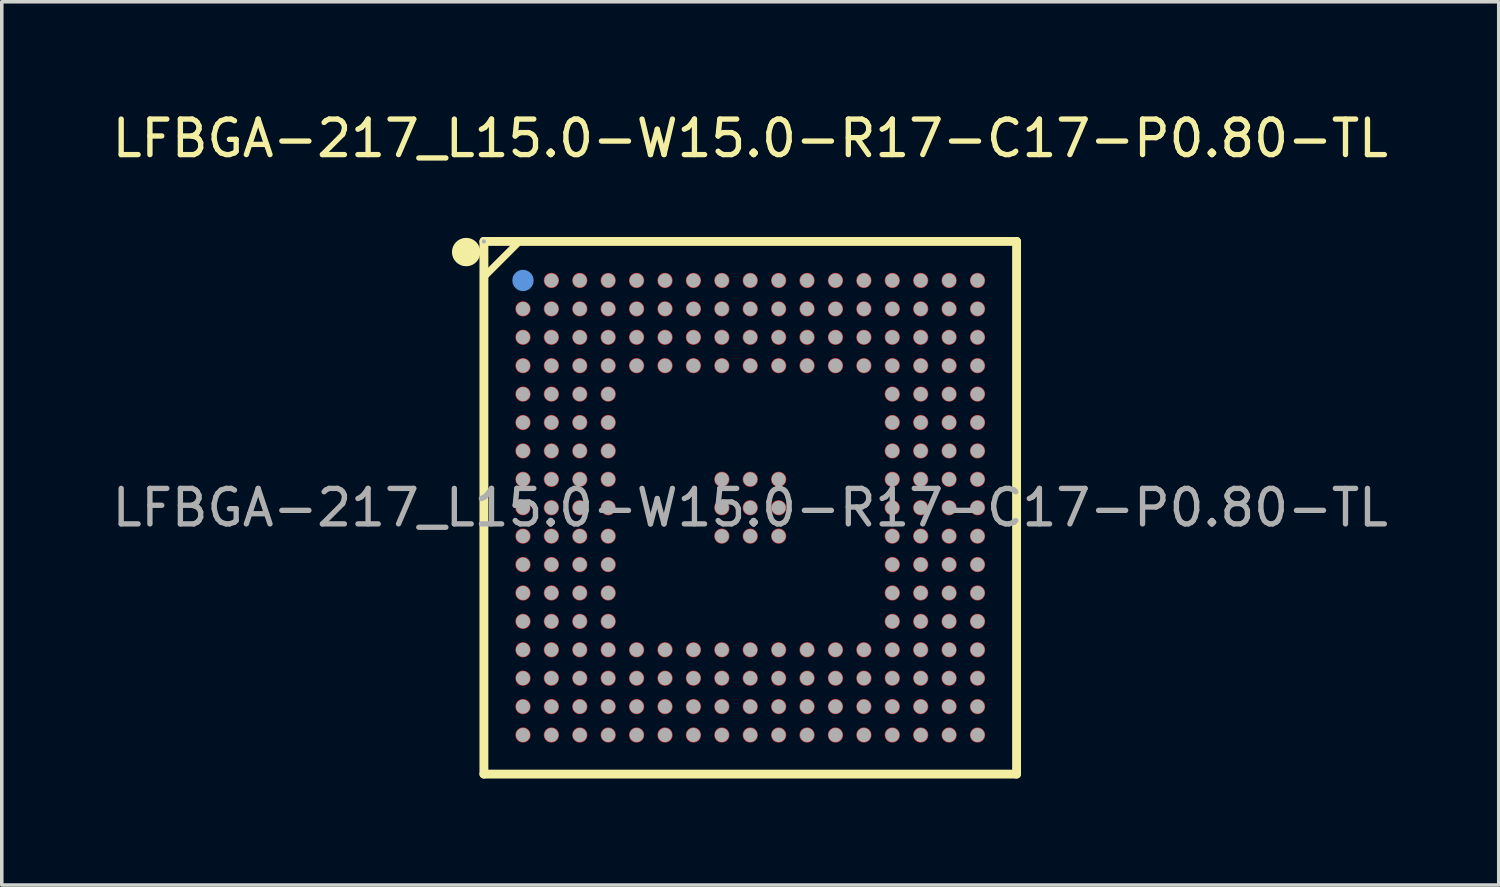
<source format=kicad_pcb>
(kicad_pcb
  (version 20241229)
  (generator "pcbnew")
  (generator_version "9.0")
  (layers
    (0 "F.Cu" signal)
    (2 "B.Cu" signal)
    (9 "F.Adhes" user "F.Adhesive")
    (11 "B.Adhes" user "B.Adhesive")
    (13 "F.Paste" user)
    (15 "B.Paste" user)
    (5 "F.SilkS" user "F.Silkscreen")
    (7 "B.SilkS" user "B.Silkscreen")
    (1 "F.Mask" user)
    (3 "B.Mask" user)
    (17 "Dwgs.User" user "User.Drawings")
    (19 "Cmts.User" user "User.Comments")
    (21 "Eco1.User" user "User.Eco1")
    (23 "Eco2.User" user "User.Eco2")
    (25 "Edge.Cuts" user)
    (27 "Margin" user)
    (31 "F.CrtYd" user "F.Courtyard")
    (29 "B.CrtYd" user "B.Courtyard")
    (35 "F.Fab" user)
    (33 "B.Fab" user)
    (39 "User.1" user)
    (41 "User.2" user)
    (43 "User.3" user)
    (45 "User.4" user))
  (footprint "LFBGA-217_L15.0-W15.0-R17-C17-P0.80-TL"
    (layer "F.Cu")
    (at 18.077 11.248)
    (property "Reference" "LFBGA-217_L15.0-W15.0-R17-C17-P0.80-TL" (at 0 -10.4 0) (layer "F.SilkS") (effects (font (size 1 1) (thickness 0.15))))
    (attr through_hole)
    (fp_line (start -7.5 -7.5) (end 7.5 -7.5) (stroke (width 0.25) (type solid)) (layer "F.SilkS"))
    (fp_line (start -7.5 -6.5) (end -6.5 -7.5) (stroke (width 0.2) (type solid)) (layer "F.SilkS"))
    (fp_line (start -7.5 7.5) (end -7.5 -7.5) (stroke (width 0.25) (type solid)) (layer "F.SilkS"))
    (fp_line (start 7.5 -7.5) (end 7.5 7.5) (stroke (width 0.25) (type solid)) (layer "F.SilkS"))
    (fp_line (start 7.5 7.5) (end -7.5 7.5) (stroke (width 0.25) (type solid)) (layer "F.SilkS"))
    (fp_arc (start -8 -7.2) (mid -8 -7.2) (end -8 -7.2) (stroke (width 0.4) (type solid)) (layer "F.SilkS"))
    (fp_circle (center -6.4 -6.4) (end -6.25 -6.4) (stroke (width 0.3) (type solid)) (fill no) (layer "Cmts.User"))
    (fp_circle (center -7.5 -7.5) (end -7.47 -7.5) (stroke (width 0.06) (type solid)) (fill no) (layer "F.Fab"))
    (fp_circle (center -6.4 -6.4) (end -6.3 -6.4) (stroke (width 0.2) (type solid)) (fill no) (layer "F.Fab"))
    (fp_circle (center -6.4 -5.6) (end -6.3 -5.6) (stroke (width 0.2) (type solid)) (fill no) (layer "F.Fab"))
    (fp_circle (center -6.4 -4.8) (end -6.3 -4.8) (stroke (width 0.2) (type solid)) (fill no) (layer "F.Fab"))
    (fp_circle (center -6.4 -4) (end -6.3 -4) (stroke (width 0.2) (type solid)) (fill no) (layer "F.Fab"))
    (fp_circle (center -6.4 -3.2) (end -6.3 -3.2) (stroke (width 0.2) (type solid)) (fill no) (layer "F.Fab"))
    (fp_circle (center -6.4 -2.4) (end -6.3 -2.4) (stroke (width 0.2) (type solid)) (fill no) (layer "F.Fab"))
    (fp_circle (center -6.4 -1.6) (end -6.3 -1.6) (stroke (width 0.2) (type solid)) (fill no) (layer "F.Fab"))
    (fp_circle (center -6.4 -0.8) (end -6.3 -0.8) (stroke (width 0.2) (type solid)) (fill no) (layer "F.Fab"))
    (fp_circle (center -6.4 0) (end -6.3 0) (stroke (width 0.2) (type solid)) (fill no) (layer "F.Fab"))
    (fp_circle (center -6.4 0.8) (end -6.3 0.8) (stroke (width 0.2) (type solid)) (fill no) (layer "F.Fab"))
    (fp_circle (center -6.4 1.6) (end -6.3 1.6) (stroke (width 0.2) (type solid)) (fill no) (layer "F.Fab"))
    (fp_circle (center -6.4 2.4) (end -6.3 2.4) (stroke (width 0.2) (type solid)) (fill no) (layer "F.Fab"))
    (fp_circle (center -6.4 3.2) (end -6.3 3.2) (stroke (width 0.2) (type solid)) (fill no) (layer "F.Fab"))
    (fp_circle (center -6.4 4) (end -6.3 4) (stroke (width 0.2) (type solid)) (fill no) (layer "F.Fab"))
    (fp_circle (center -6.4 4.8) (end -6.3 4.8) (stroke (width 0.2) (type solid)) (fill no) (layer "F.Fab"))
    (fp_circle (center -6.4 5.6) (end -6.3 5.6) (stroke (width 0.2) (type solid)) (fill no) (layer "F.Fab"))
    (fp_circle (center -6.4 6.4) (end -6.3 6.4) (stroke (width 0.2) (type solid)) (fill no) (layer "F.Fab"))
    (fp_circle (center -5.6 -6.4) (end -5.5 -6.4) (stroke (width 0.2) (type solid)) (fill no) (layer "F.Fab"))
    (fp_circle (center -5.6 -5.6) (end -5.5 -5.6) (stroke (width 0.2) (type solid)) (fill no) (layer "F.Fab"))
    (fp_circle (center -5.6 -4.8) (end -5.5 -4.8) (stroke (width 0.2) (type solid)) (fill no) (layer "F.Fab"))
    (fp_circle (center -5.6 -4) (end -5.5 -4) (stroke (width 0.2) (type solid)) (fill no) (layer "F.Fab"))
    (fp_circle (center -5.6 -3.2) (end -5.5 -3.2) (stroke (width 0.2) (type solid)) (fill no) (layer "F.Fab"))
    (fp_circle (center -5.6 -2.4) (end -5.5 -2.4) (stroke (width 0.2) (type solid)) (fill no) (layer "F.Fab"))
    (fp_circle (center -5.6 -1.6) (end -5.5 -1.6) (stroke (width 0.2) (type solid)) (fill no) (layer "F.Fab"))
    (fp_circle (center -5.6 -0.8) (end -5.5 -0.8) (stroke (width 0.2) (type solid)) (fill no) (layer "F.Fab"))
    (fp_circle (center -5.6 0) (end -5.5 0) (stroke (width 0.2) (type solid)) (fill no) (layer "F.Fab"))
    (fp_circle (center -5.6 0.8) (end -5.5 0.8) (stroke (width 0.2) (type solid)) (fill no) (layer "F.Fab"))
    (fp_circle (center -5.6 1.6) (end -5.5 1.6) (stroke (width 0.2) (type solid)) (fill no) (layer "F.Fab"))
    (fp_circle (center -5.6 2.4) (end -5.5 2.4) (stroke (width 0.2) (type solid)) (fill no) (layer "F.Fab"))
    (fp_circle (center -5.6 3.2) (end -5.5 3.2) (stroke (width 0.2) (type solid)) (fill no) (layer "F.Fab"))
    (fp_circle (center -5.6 4) (end -5.5 4) (stroke (width 0.2) (type solid)) (fill no) (layer "F.Fab"))
    (fp_circle (center -5.6 4.8) (end -5.5 4.8) (stroke (width 0.2) (type solid)) (fill no) (layer "F.Fab"))
    (fp_circle (center -5.6 5.6) (end -5.5 5.6) (stroke (width 0.2) (type solid)) (fill no) (layer "F.Fab"))
    (fp_circle (center -5.6 6.4) (end -5.5 6.4) (stroke (width 0.2) (type solid)) (fill no) (layer "F.Fab"))
    (fp_circle (center -4.8 -6.4) (end -4.7 -6.4) (stroke (width 0.2) (type solid)) (fill no) (layer "F.Fab"))
    (fp_circle (center -4.8 -5.6) (end -4.7 -5.6) (stroke (width 0.2) (type solid)) (fill no) (layer "F.Fab"))
    (fp_circle (center -4.8 -4.8) (end -4.7 -4.8) (stroke (width 0.2) (type solid)) (fill no) (layer "F.Fab"))
    (fp_circle (center -4.8 -4) (end -4.7 -4) (stroke (width 0.2) (type solid)) (fill no) (layer "F.Fab"))
    (fp_circle (center -4.8 -3.2) (end -4.7 -3.2) (stroke (width 0.2) (type solid)) (fill no) (layer "F.Fab"))
    (fp_circle (center -4.8 -2.4) (end -4.7 -2.4) (stroke (width 0.2) (type solid)) (fill no) (layer "F.Fab"))
    (fp_circle (center -4.8 -1.6) (end -4.7 -1.6) (stroke (width 0.2) (type solid)) (fill no) (layer "F.Fab"))
    (fp_circle (center -4.8 -0.8) (end -4.7 -0.8) (stroke (width 0.2) (type solid)) (fill no) (layer "F.Fab"))
    (fp_circle (center -4.8 0) (end -4.7 0) (stroke (width 0.2) (type solid)) (fill no) (layer "F.Fab"))
    (fp_circle (center -4.8 0.8) (end -4.7 0.8) (stroke (width 0.2) (type solid)) (fill no) (layer "F.Fab"))
    (fp_circle (center -4.8 1.6) (end -4.7 1.6) (stroke (width 0.2) (type solid)) (fill no) (layer "F.Fab"))
    (fp_circle (center -4.8 2.4) (end -4.7 2.4) (stroke (width 0.2) (type solid)) (fill no) (layer "F.Fab"))
    (fp_circle (center -4.8 3.2) (end -4.7 3.2) (stroke (width 0.2) (type solid)) (fill no) (layer "F.Fab"))
    (fp_circle (center -4.8 4) (end -4.7 4) (stroke (width 0.2) (type solid)) (fill no) (layer "F.Fab"))
    (fp_circle (center -4.8 4.8) (end -4.7 4.8) (stroke (width 0.2) (type solid)) (fill no) (layer "F.Fab"))
    (fp_circle (center -4.8 5.6) (end -4.7 5.6) (stroke (width 0.2) (type solid)) (fill no) (layer "F.Fab"))
    (fp_circle (center -4.8 6.4) (end -4.7 6.4) (stroke (width 0.2) (type solid)) (fill no) (layer "F.Fab"))
    (fp_circle (center -4 -6.4) (end -3.9 -6.4) (stroke (width 0.2) (type solid)) (fill no) (layer "F.Fab"))
    (fp_circle (center -4 -5.6) (end -3.9 -5.6) (stroke (width 0.2) (type solid)) (fill no) (layer "F.Fab"))
    (fp_circle (center -4 -4.8) (end -3.9 -4.8) (stroke (width 0.2) (type solid)) (fill no) (layer "F.Fab"))
    (fp_circle (center -4 -4) (end -3.9 -4) (stroke (width 0.2) (type solid)) (fill no) (layer "F.Fab"))
    (fp_circle (center -4 -3.2) (end -3.9 -3.2) (stroke (width 0.2) (type solid)) (fill no) (layer "F.Fab"))
    (fp_circle (center -4 -2.4) (end -3.9 -2.4) (stroke (width 0.2) (type solid)) (fill no) (layer "F.Fab"))
    (fp_circle (center -4 -1.6) (end -3.9 -1.6) (stroke (width 0.2) (type solid)) (fill no) (layer "F.Fab"))
    (fp_circle (center -4 -0.8) (end -3.9 -0.8) (stroke (width 0.2) (type solid)) (fill no) (layer "F.Fab"))
    (fp_circle (center -4 0) (end -3.9 0) (stroke (width 0.2) (type solid)) (fill no) (layer "F.Fab"))
    (fp_circle (center -4 0.8) (end -3.9 0.8) (stroke (width 0.2) (type solid)) (fill no) (layer "F.Fab"))
    (fp_circle (center -4 1.6) (end -3.9 1.6) (stroke (width 0.2) (type solid)) (fill no) (layer "F.Fab"))
    (fp_circle (center -4 2.4) (end -3.9 2.4) (stroke (width 0.2) (type solid)) (fill no) (layer "F.Fab"))
    (fp_circle (center -4 3.2) (end -3.9 3.2) (stroke (width 0.2) (type solid)) (fill no) (layer "F.Fab"))
    (fp_circle (center -4 4) (end -3.9 4) (stroke (width 0.2) (type solid)) (fill no) (layer "F.Fab"))
    (fp_circle (center -4 4.8) (end -3.9 4.8) (stroke (width 0.2) (type solid)) (fill no) (layer "F.Fab"))
    (fp_circle (center -4 5.6) (end -3.9 5.6) (stroke (width 0.2) (type solid)) (fill no) (layer "F.Fab"))
    (fp_circle (center -4 6.4) (end -3.9 6.4) (stroke (width 0.2) (type solid)) (fill no) (layer "F.Fab"))
    (fp_circle (center -3.2 -6.4) (end -3.1 -6.4) (stroke (width 0.2) (type solid)) (fill no) (layer "F.Fab"))
    (fp_circle (center -3.2 -5.6) (end -3.1 -5.6) (stroke (width 0.2) (type solid)) (fill no) (layer "F.Fab"))
    (fp_circle (center -3.2 -4.8) (end -3.1 -4.8) (stroke (width 0.2) (type solid)) (fill no) (layer "F.Fab"))
    (fp_circle (center -3.2 -4) (end -3.1 -4) (stroke (width 0.2) (type solid)) (fill no) (layer "F.Fab"))
    (fp_circle (center -3.2 4) (end -3.1 4) (stroke (width 0.2) (type solid)) (fill no) (layer "F.Fab"))
    (fp_circle (center -3.2 4.8) (end -3.1 4.8) (stroke (width 0.2) (type solid)) (fill no) (layer "F.Fab"))
    (fp_circle (center -3.2 5.6) (end -3.1 5.6) (stroke (width 0.2) (type solid)) (fill no) (layer "F.Fab"))
    (fp_circle (center -3.2 6.4) (end -3.1 6.4) (stroke (width 0.2) (type solid)) (fill no) (layer "F.Fab"))
    (fp_circle (center -2.4 -6.4) (end -2.3 -6.4) (stroke (width 0.2) (type solid)) (fill no) (layer "F.Fab"))
    (fp_circle (center -2.4 -5.6) (end -2.3 -5.6) (stroke (width 0.2) (type solid)) (fill no) (layer "F.Fab"))
    (fp_circle (center -2.4 -4.8) (end -2.3 -4.8) (stroke (width 0.2) (type solid)) (fill no) (layer "F.Fab"))
    (fp_circle (center -2.4 -4) (end -2.3 -4) (stroke (width 0.2) (type solid)) (fill no) (layer "F.Fab"))
    (fp_circle (center -2.4 4) (end -2.3 4) (stroke (width 0.2) (type solid)) (fill no) (layer "F.Fab"))
    (fp_circle (center -2.4 4.8) (end -2.3 4.8) (stroke (width 0.2) (type solid)) (fill no) (layer "F.Fab"))
    (fp_circle (center -2.4 5.6) (end -2.3 5.6) (stroke (width 0.2) (type solid)) (fill no) (layer "F.Fab"))
    (fp_circle (center -2.4 6.4) (end -2.3 6.4) (stroke (width 0.2) (type solid)) (fill no) (layer "F.Fab"))
    (fp_circle (center -1.6 -6.4) (end -1.5 -6.4) (stroke (width 0.2) (type solid)) (fill no) (layer "F.Fab"))
    (fp_circle (center -1.6 -5.6) (end -1.5 -5.6) (stroke (width 0.2) (type solid)) (fill no) (layer "F.Fab"))
    (fp_circle (center -1.6 -4.8) (end -1.5 -4.8) (stroke (width 0.2) (type solid)) (fill no) (layer "F.Fab"))
    (fp_circle (center -1.6 -4) (end -1.5 -4) (stroke (width 0.2) (type solid)) (fill no) (layer "F.Fab"))
    (fp_circle (center -1.6 4) (end -1.5 4) (stroke (width 0.2) (type solid)) (fill no) (layer "F.Fab"))
    (fp_circle (center -1.6 4.8) (end -1.5 4.8) (stroke (width 0.2) (type solid)) (fill no) (layer "F.Fab"))
    (fp_circle (center -1.6 5.6) (end -1.5 5.6) (stroke (width 0.2) (type solid)) (fill no) (layer "F.Fab"))
    (fp_circle (center -1.6 6.4) (end -1.5 6.4) (stroke (width 0.2) (type solid)) (fill no) (layer "F.Fab"))
    (fp_circle (center -0.8 -6.4) (end -0.7 -6.4) (stroke (width 0.2) (type solid)) (fill no) (layer "F.Fab"))
    (fp_circle (center -0.8 -5.6) (end -0.7 -5.6) (stroke (width 0.2) (type solid)) (fill no) (layer "F.Fab"))
    (fp_circle (center -0.8 -4.8) (end -0.7 -4.8) (stroke (width 0.2) (type solid)) (fill no) (layer "F.Fab"))
    (fp_circle (center -0.8 -4) (end -0.7 -4) (stroke (width 0.2) (type solid)) (fill no) (layer "F.Fab"))
    (fp_circle (center -0.8 -0.8) (end -0.7 -0.8) (stroke (width 0.2) (type solid)) (fill no) (layer "F.Fab"))
    (fp_circle (center -0.8 0) (end -0.7 0) (stroke (width 0.2) (type solid)) (fill no) (layer "F.Fab"))
    (fp_circle (center -0.8 0.8) (end -0.7 0.8) (stroke (width 0.2) (type solid)) (fill no) (layer "F.Fab"))
    (fp_circle (center -0.8 4) (end -0.7 4) (stroke (width 0.2) (type solid)) (fill no) (layer "F.Fab"))
    (fp_circle (center -0.8 4.8) (end -0.7 4.8) (stroke (width 0.2) (type solid)) (fill no) (layer "F.Fab"))
    (fp_circle (center -0.8 5.6) (end -0.7 5.6) (stroke (width 0.2) (type solid)) (fill no) (layer "F.Fab"))
    (fp_circle (center -0.8 6.4) (end -0.7 6.4) (stroke (width 0.2) (type solid)) (fill no) (layer "F.Fab"))
    (fp_circle (center 0 -6.4) (end 0.1 -6.4) (stroke (width 0.2) (type solid)) (fill no) (layer "F.Fab"))
    (fp_circle (center 0 -5.6) (end 0.1 -5.6) (stroke (width 0.2) (type solid)) (fill no) (layer "F.Fab"))
    (fp_circle (center 0 -4.8) (end 0.1 -4.8) (stroke (width 0.2) (type solid)) (fill no) (layer "F.Fab"))
    (fp_circle (center 0 -4) (end 0.1 -4) (stroke (width 0.2) (type solid)) (fill no) (layer "F.Fab"))
    (fp_circle (center 0 -0.8) (end 0.1 -0.8) (stroke (width 0.2) (type solid)) (fill no) (layer "F.Fab"))
    (fp_circle (center 0 0) (end 0.1 0) (stroke (width 0.2) (type solid)) (fill no) (layer "F.Fab"))
    (fp_circle (center 0 0.8) (end 0.1 0.8) (stroke (width 0.2) (type solid)) (fill no) (layer "F.Fab"))
    (fp_circle (center 0 4) (end 0.1 4) (stroke (width 0.2) (type solid)) (fill no) (layer "F.Fab"))
    (fp_circle (center 0 4.8) (end 0.1 4.8) (stroke (width 0.2) (type solid)) (fill no) (layer "F.Fab"))
    (fp_circle (center 0 5.6) (end 0.1 5.6) (stroke (width 0.2) (type solid)) (fill no) (layer "F.Fab"))
    (fp_circle (center 0 6.4) (end 0.1 6.4) (stroke (width 0.2) (type solid)) (fill no) (layer "F.Fab"))
    (fp_circle (center 0.8 -6.4) (end 0.9 -6.4) (stroke (width 0.2) (type solid)) (fill no) (layer "F.Fab"))
    (fp_circle (center 0.8 -5.6) (end 0.9 -5.6) (stroke (width 0.2) (type solid)) (fill no) (layer "F.Fab"))
    (fp_circle (center 0.8 -4.8) (end 0.9 -4.8) (stroke (width 0.2) (type solid)) (fill no) (layer "F.Fab"))
    (fp_circle (center 0.8 -4) (end 0.9 -4) (stroke (width 0.2) (type solid)) (fill no) (layer "F.Fab"))
    (fp_circle (center 0.8 -0.8) (end 0.9 -0.8) (stroke (width 0.2) (type solid)) (fill no) (layer "F.Fab"))
    (fp_circle (center 0.8 0) (end 0.9 0) (stroke (width 0.2) (type solid)) (fill no) (layer "F.Fab"))
    (fp_circle (center 0.8 0.8) (end 0.9 0.8) (stroke (width 0.2) (type solid)) (fill no) (layer "F.Fab"))
    (fp_circle (center 0.8 4) (end 0.9 4) (stroke (width 0.2) (type solid)) (fill no) (layer "F.Fab"))
    (fp_circle (center 0.8 4.8) (end 0.9 4.8) (stroke (width 0.2) (type solid)) (fill no) (layer "F.Fab"))
    (fp_circle (center 0.8 5.6) (end 0.9 5.6) (stroke (width 0.2) (type solid)) (fill no) (layer "F.Fab"))
    (fp_circle (center 0.8 6.4) (end 0.9 6.4) (stroke (width 0.2) (type solid)) (fill no) (layer "F.Fab"))
    (fp_circle (center 1.6 -6.4) (end 1.7 -6.4) (stroke (width 0.2) (type solid)) (fill no) (layer "F.Fab"))
    (fp_circle (center 1.6 -5.6) (end 1.7 -5.6) (stroke (width 0.2) (type solid)) (fill no) (layer "F.Fab"))
    (fp_circle (center 1.6 -4.8) (end 1.7 -4.8) (stroke (width 0.2) (type solid)) (fill no) (layer "F.Fab"))
    (fp_circle (center 1.6 -4) (end 1.7 -4) (stroke (width 0.2) (type solid)) (fill no) (layer "F.Fab"))
    (fp_circle (center 1.6 4) (end 1.7 4) (stroke (width 0.2) (type solid)) (fill no) (layer "F.Fab"))
    (fp_circle (center 1.6 4.8) (end 1.7 4.8) (stroke (width 0.2) (type solid)) (fill no) (layer "F.Fab"))
    (fp_circle (center 1.6 5.6) (end 1.7 5.6) (stroke (width 0.2) (type solid)) (fill no) (layer "F.Fab"))
    (fp_circle (center 1.6 6.4) (end 1.7 6.4) (stroke (width 0.2) (type solid)) (fill no) (layer "F.Fab"))
    (fp_circle (center 2.4 -6.4) (end 2.5 -6.4) (stroke (width 0.2) (type solid)) (fill no) (layer "F.Fab"))
    (fp_circle (center 2.4 -5.6) (end 2.5 -5.6) (stroke (width 0.2) (type solid)) (fill no) (layer "F.Fab"))
    (fp_circle (center 2.4 -4.8) (end 2.5 -4.8) (stroke (width 0.2) (type solid)) (fill no) (layer "F.Fab"))
    (fp_circle (center 2.4 -4) (end 2.5 -4) (stroke (width 0.2) (type solid)) (fill no) (layer "F.Fab"))
    (fp_circle (center 2.4 4) (end 2.5 4) (stroke (width 0.2) (type solid)) (fill no) (layer "F.Fab"))
    (fp_circle (center 2.4 4.8) (end 2.5 4.8) (stroke (width 0.2) (type solid)) (fill no) (layer "F.Fab"))
    (fp_circle (center 2.4 5.6) (end 2.5 5.6) (stroke (width 0.2) (type solid)) (fill no) (layer "F.Fab"))
    (fp_circle (center 2.4 6.4) (end 2.5 6.4) (stroke (width 0.2) (type solid)) (fill no) (layer "F.Fab"))
    (fp_circle (center 3.2 -6.4) (end 3.3 -6.4) (stroke (width 0.2) (type solid)) (fill no) (layer "F.Fab"))
    (fp_circle (center 3.2 -5.6) (end 3.3 -5.6) (stroke (width 0.2) (type solid)) (fill no) (layer "F.Fab"))
    (fp_circle (center 3.2 -4.8) (end 3.3 -4.8) (stroke (width 0.2) (type solid)) (fill no) (layer "F.Fab"))
    (fp_circle (center 3.2 -4) (end 3.3 -4) (stroke (width 0.2) (type solid)) (fill no) (layer "F.Fab"))
    (fp_circle (center 3.2 4) (end 3.3 4) (stroke (width 0.2) (type solid)) (fill no) (layer "F.Fab"))
    (fp_circle (center 3.2 4.8) (end 3.3 4.8) (stroke (width 0.2) (type solid)) (fill no) (layer "F.Fab"))
    (fp_circle (center 3.2 5.6) (end 3.3 5.6) (stroke (width 0.2) (type solid)) (fill no) (layer "F.Fab"))
    (fp_circle (center 3.2 6.4) (end 3.3 6.4) (stroke (width 0.2) (type solid)) (fill no) (layer "F.Fab"))
    (fp_circle (center 4 -6.4) (end 4.1 -6.4) (stroke (width 0.2) (type solid)) (fill no) (layer "F.Fab"))
    (fp_circle (center 4 -5.6) (end 4.1 -5.6) (stroke (width 0.2) (type solid)) (fill no) (layer "F.Fab"))
    (fp_circle (center 4 -4.8) (end 4.1 -4.8) (stroke (width 0.2) (type solid)) (fill no) (layer "F.Fab"))
    (fp_circle (center 4 -4) (end 4.1 -4) (stroke (width 0.2) (type solid)) (fill no) (layer "F.Fab"))
    (fp_circle (center 4 -3.2) (end 4.1 -3.2) (stroke (width 0.2) (type solid)) (fill no) (layer "F.Fab"))
    (fp_circle (center 4 -2.4) (end 4.1 -2.4) (stroke (width 0.2) (type solid)) (fill no) (layer "F.Fab"))
    (fp_circle (center 4 -1.6) (end 4.1 -1.6) (stroke (width 0.2) (type solid)) (fill no) (layer "F.Fab"))
    (fp_circle (center 4 -0.8) (end 4.1 -0.8) (stroke (width 0.2) (type solid)) (fill no) (layer "F.Fab"))
    (fp_circle (center 4 0) (end 4.1 0) (stroke (width 0.2) (type solid)) (fill no) (layer "F.Fab"))
    (fp_circle (center 4 0.8) (end 4.1 0.8) (stroke (width 0.2) (type solid)) (fill no) (layer "F.Fab"))
    (fp_circle (center 4 1.6) (end 4.1 1.6) (stroke (width 0.2) (type solid)) (fill no) (layer "F.Fab"))
    (fp_circle (center 4 2.4) (end 4.1 2.4) (stroke (width 0.2) (type solid)) (fill no) (layer "F.Fab"))
    (fp_circle (center 4 3.2) (end 4.1 3.2) (stroke (width 0.2) (type solid)) (fill no) (layer "F.Fab"))
    (fp_circle (center 4 4) (end 4.1 4) (stroke (width 0.2) (type solid)) (fill no) (layer "F.Fab"))
    (fp_circle (center 4 4.8) (end 4.1 4.8) (stroke (width 0.2) (type solid)) (fill no) (layer "F.Fab"))
    (fp_circle (center 4 5.6) (end 4.1 5.6) (stroke (width 0.2) (type solid)) (fill no) (layer "F.Fab"))
    (fp_circle (center 4 6.4) (end 4.1 6.4) (stroke (width 0.2) (type solid)) (fill no) (layer "F.Fab"))
    (fp_circle (center 4.8 -6.4) (end 4.9 -6.4) (stroke (width 0.2) (type solid)) (fill no) (layer "F.Fab"))
    (fp_circle (center 4.8 -5.6) (end 4.9 -5.6) (stroke (width 0.2) (type solid)) (fill no) (layer "F.Fab"))
    (fp_circle (center 4.8 -4.8) (end 4.9 -4.8) (stroke (width 0.2) (type solid)) (fill no) (layer "F.Fab"))
    (fp_circle (center 4.8 -4) (end 4.9 -4) (stroke (width 0.2) (type solid)) (fill no) (layer "F.Fab"))
    (fp_circle (center 4.8 -3.2) (end 4.9 -3.2) (stroke (width 0.2) (type solid)) (fill no) (layer "F.Fab"))
    (fp_circle (center 4.8 -2.4) (end 4.9 -2.4) (stroke (width 0.2) (type solid)) (fill no) (layer "F.Fab"))
    (fp_circle (center 4.8 -1.6) (end 4.9 -1.6) (stroke (width 0.2) (type solid)) (fill no) (layer "F.Fab"))
    (fp_circle (center 4.8 -0.8) (end 4.9 -0.8) (stroke (width 0.2) (type solid)) (fill no) (layer "F.Fab"))
    (fp_circle (center 4.8 0) (end 4.9 0) (stroke (width 0.2) (type solid)) (fill no) (layer "F.Fab"))
    (fp_circle (center 4.8 0.8) (end 4.9 0.8) (stroke (width 0.2) (type solid)) (fill no) (layer "F.Fab"))
    (fp_circle (center 4.8 1.6) (end 4.9 1.6) (stroke (width 0.2) (type solid)) (fill no) (layer "F.Fab"))
    (fp_circle (center 4.8 2.4) (end 4.9 2.4) (stroke (width 0.2) (type solid)) (fill no) (layer "F.Fab"))
    (fp_circle (center 4.8 3.2) (end 4.9 3.2) (stroke (width 0.2) (type solid)) (fill no) (layer "F.Fab"))
    (fp_circle (center 4.8 4) (end 4.9 4) (stroke (width 0.2) (type solid)) (fill no) (layer "F.Fab"))
    (fp_circle (center 4.8 4.8) (end 4.9 4.8) (stroke (width 0.2) (type solid)) (fill no) (layer "F.Fab"))
    (fp_circle (center 4.8 5.6) (end 4.9 5.6) (stroke (width 0.2) (type solid)) (fill no) (layer "F.Fab"))
    (fp_circle (center 4.8 6.4) (end 4.9 6.4) (stroke (width 0.2) (type solid)) (fill no) (layer "F.Fab"))
    (fp_circle (center 5.6 -6.4) (end 5.7 -6.4) (stroke (width 0.2) (type solid)) (fill no) (layer "F.Fab"))
    (fp_circle (center 5.6 -5.6) (end 5.7 -5.6) (stroke (width 0.2) (type solid)) (fill no) (layer "F.Fab"))
    (fp_circle (center 5.6 -4.8) (end 5.7 -4.8) (stroke (width 0.2) (type solid)) (fill no) (layer "F.Fab"))
    (fp_circle (center 5.6 -4) (end 5.7 -4) (stroke (width 0.2) (type solid)) (fill no) (layer "F.Fab"))
    (fp_circle (center 5.6 -3.2) (end 5.7 -3.2) (stroke (width 0.2) (type solid)) (fill no) (layer "F.Fab"))
    (fp_circle (center 5.6 -2.4) (end 5.7 -2.4) (stroke (width 0.2) (type solid)) (fill no) (layer "F.Fab"))
    (fp_circle (center 5.6 -1.6) (end 5.7 -1.6) (stroke (width 0.2) (type solid)) (fill no) (layer "F.Fab"))
    (fp_circle (center 5.6 -0.8) (end 5.7 -0.8) (stroke (width 0.2) (type solid)) (fill no) (layer "F.Fab"))
    (fp_circle (center 5.6 0) (end 5.7 0) (stroke (width 0.2) (type solid)) (fill no) (layer "F.Fab"))
    (fp_circle (center 5.6 0.8) (end 5.7 0.8) (stroke (width 0.2) (type solid)) (fill no) (layer "F.Fab"))
    (fp_circle (center 5.6 1.6) (end 5.7 1.6) (stroke (width 0.2) (type solid)) (fill no) (layer "F.Fab"))
    (fp_circle (center 5.6 2.4) (end 5.7 2.4) (stroke (width 0.2) (type solid)) (fill no) (layer "F.Fab"))
    (fp_circle (center 5.6 3.2) (end 5.7 3.2) (stroke (width 0.2) (type solid)) (fill no) (layer "F.Fab"))
    (fp_circle (center 5.6 4) (end 5.7 4) (stroke (width 0.2) (type solid)) (fill no) (layer "F.Fab"))
    (fp_circle (center 5.6 4.8) (end 5.7 4.8) (stroke (width 0.2) (type solid)) (fill no) (layer "F.Fab"))
    (fp_circle (center 5.6 5.6) (end 5.7 5.6) (stroke (width 0.2) (type solid)) (fill no) (layer "F.Fab"))
    (fp_circle (center 5.6 6.4) (end 5.7 6.4) (stroke (width 0.2) (type solid)) (fill no) (layer "F.Fab"))
    (fp_circle (center 6.4 -6.4) (end 6.5 -6.4) (stroke (width 0.2) (type solid)) (fill no) (layer "F.Fab"))
    (fp_circle (center 6.4 -5.6) (end 6.5 -5.6) (stroke (width 0.2) (type solid)) (fill no) (layer "F.Fab"))
    (fp_circle (center 6.4 -4.8) (end 6.5 -4.8) (stroke (width 0.2) (type solid)) (fill no) (layer "F.Fab"))
    (fp_circle (center 6.4 -4) (end 6.5 -4) (stroke (width 0.2) (type solid)) (fill no) (layer "F.Fab"))
    (fp_circle (center 6.4 -3.2) (end 6.5 -3.2) (stroke (width 0.2) (type solid)) (fill no) (layer "F.Fab"))
    (fp_circle (center 6.4 -2.4) (end 6.5 -2.4) (stroke (width 0.2) (type solid)) (fill no) (layer "F.Fab"))
    (fp_circle (center 6.4 -1.6) (end 6.5 -1.6) (stroke (width 0.2) (type solid)) (fill no) (layer "F.Fab"))
    (fp_circle (center 6.4 -0.8) (end 6.5 -0.8) (stroke (width 0.2) (type solid)) (fill no) (layer "F.Fab"))
    (fp_circle (center 6.4 0) (end 6.5 0) (stroke (width 0.2) (type solid)) (fill no) (layer "F.Fab"))
    (fp_circle (center 6.4 0.8) (end 6.5 0.8) (stroke (width 0.2) (type solid)) (fill no) (layer "F.Fab"))
    (fp_circle (center 6.4 1.6) (end 6.5 1.6) (stroke (width 0.2) (type solid)) (fill no) (layer "F.Fab"))
    (fp_circle (center 6.4 2.4) (end 6.5 2.4) (stroke (width 0.2) (type solid)) (fill no) (layer "F.Fab"))
    (fp_circle (center 6.4 3.2) (end 6.5 3.2) (stroke (width 0.2) (type solid)) (fill no) (layer "F.Fab"))
    (fp_circle (center 6.4 4) (end 6.5 4) (stroke (width 0.2) (type solid)) (fill no) (layer "F.Fab"))
    (fp_circle (center 6.4 4.8) (end 6.5 4.8) (stroke (width 0.2) (type solid)) (fill no) (layer "F.Fab"))
    (fp_circle (center 6.4 5.6) (end 6.5 5.6) (stroke (width 0.2) (type solid)) (fill no) (layer "F.Fab"))
    (fp_circle (center 6.4 6.4) (end 6.5 6.4) (stroke (width 0.2) (type solid)) (fill no) (layer "F.Fab"))
    (fp_text user "${REFERENCE}" (at 0 0 0) (layer "F.Fab") (effects (font (size 1 1) (thickness 0.15))))
    (pad "A1" smd circle (at -6.4 -6.4) (size 0.43 0.43) (layers "F.Cu" "F.Mask" "F.Paste"))
    (pad "A2" smd circle (at -5.6 -6.4) (size 0.43 0.43) (layers "F.Cu" "F.Mask" "F.Paste"))
    (pad "A3" smd circle (at -4.8 -6.4) (size 0.43 0.43) (layers "F.Cu" "F.Mask" "F.Paste"))
    (pad "A4" smd circle (at -4 -6.4) (size 0.43 0.43) (layers "F.Cu" "F.Mask" "F.Paste"))
    (pad "A5" smd circle (at -3.2 -6.4) (size 0.43 0.43) (layers "F.Cu" "F.Mask" "F.Paste"))
    (pad "A6" smd circle (at -2.4 -6.4) (size 0.43 0.43) (layers "F.Cu" "F.Mask" "F.Paste"))
    (pad "A7" smd circle (at -1.6 -6.4) (size 0.43 0.43) (layers "F.Cu" "F.Mask" "F.Paste"))
    (pad "A8" smd circle (at -0.8 -6.4) (size 0.43 0.43) (layers "F.Cu" "F.Mask" "F.Paste"))
    (pad "A9" smd circle (at 0 -6.4) (size 0.43 0.43) (layers "F.Cu" "F.Mask" "F.Paste"))
    (pad "A10" smd circle (at 0.8 -6.4) (size 0.43 0.43) (layers "F.Cu" "F.Mask" "F.Paste"))
    (pad "A11" smd circle (at 1.6 -6.4) (size 0.43 0.43) (layers "F.Cu" "F.Mask" "F.Paste"))
    (pad "A12" smd circle (at 2.4 -6.4) (size 0.43 0.43) (layers "F.Cu" "F.Mask" "F.Paste"))
    (pad "A13" smd circle (at 3.2 -6.4) (size 0.43 0.43) (layers "F.Cu" "F.Mask" "F.Paste"))
    (pad "A14" smd circle (at 4 -6.4) (size 0.43 0.43) (layers "F.Cu" "F.Mask" "F.Paste"))
    (pad "A15" smd circle (at 4.8 -6.4) (size 0.43 0.43) (layers "F.Cu" "F.Mask" "F.Paste"))
    (pad "A16" smd circle (at 5.6 -6.4) (size 0.43 0.43) (layers "F.Cu" "F.Mask" "F.Paste"))
    (pad "A17" smd circle (at 6.4 -6.4) (size 0.43 0.43) (layers "F.Cu" "F.Mask" "F.Paste"))
    (pad "B1" smd circle (at -6.4 -5.6) (size 0.43 0.43) (layers "F.Cu" "F.Mask" "F.Paste"))
    (pad "B2" smd circle (at -5.6 -5.6) (size 0.43 0.43) (layers "F.Cu" "F.Mask" "F.Paste"))
    (pad "B3" smd circle (at -4.8 -5.6) (size 0.43 0.43) (layers "F.Cu" "F.Mask" "F.Paste"))
    (pad "B4" smd circle (at -4 -5.6) (size 0.43 0.43) (layers "F.Cu" "F.Mask" "F.Paste"))
    (pad "B5" smd circle (at -3.2 -5.6) (size 0.43 0.43) (layers "F.Cu" "F.Mask" "F.Paste"))
    (pad "B6" smd circle (at -2.4 -5.6) (size 0.43 0.43) (layers "F.Cu" "F.Mask" "F.Paste"))
    (pad "B7" smd circle (at -1.6 -5.6) (size 0.43 0.43) (layers "F.Cu" "F.Mask" "F.Paste"))
    (pad "B8" smd circle (at -0.8 -5.6) (size 0.43 0.43) (layers "F.Cu" "F.Mask" "F.Paste"))
    (pad "B9" smd circle (at 0 -5.6) (size 0.43 0.43) (layers "F.Cu" "F.Mask" "F.Paste"))
    (pad "B10" smd circle (at 0.8 -5.6) (size 0.43 0.43) (layers "F.Cu" "F.Mask" "F.Paste"))
    (pad "B11" smd circle (at 1.6 -5.6) (size 0.43 0.43) (layers "F.Cu" "F.Mask" "F.Paste"))
    (pad "B12" smd circle (at 2.4 -5.6) (size 0.43 0.43) (layers "F.Cu" "F.Mask" "F.Paste"))
    (pad "B13" smd circle (at 3.2 -5.6) (size 0.43 0.43) (layers "F.Cu" "F.Mask" "F.Paste"))
    (pad "B14" smd circle (at 4 -5.6) (size 0.43 0.43) (layers "F.Cu" "F.Mask" "F.Paste"))
    (pad "B15" smd circle (at 4.8 -5.6) (size 0.43 0.43) (layers "F.Cu" "F.Mask" "F.Paste"))
    (pad "B16" smd circle (at 5.6 -5.6) (size 0.43 0.43) (layers "F.Cu" "F.Mask" "F.Paste"))
    (pad "B17" smd circle (at 6.4 -5.6) (size 0.43 0.43) (layers "F.Cu" "F.Mask" "F.Paste"))
    (pad "C1" smd circle (at -6.4 -4.8) (size 0.43 0.43) (layers "F.Cu" "F.Mask" "F.Paste"))
    (pad "C2" smd circle (at -5.6 -4.8) (size 0.43 0.43) (layers "F.Cu" "F.Mask" "F.Paste"))
    (pad "C3" smd circle (at -4.8 -4.8) (size 0.43 0.43) (layers "F.Cu" "F.Mask" "F.Paste"))
    (pad "C4" smd circle (at -4 -4.8) (size 0.43 0.43) (layers "F.Cu" "F.Mask" "F.Paste"))
    (pad "C5" smd circle (at -3.2 -4.8) (size 0.43 0.43) (layers "F.Cu" "F.Mask" "F.Paste"))
    (pad "C6" smd circle (at -2.4 -4.8) (size 0.43 0.43) (layers "F.Cu" "F.Mask" "F.Paste"))
    (pad "C7" smd circle (at -1.6 -4.8) (size 0.43 0.43) (layers "F.Cu" "F.Mask" "F.Paste"))
    (pad "C8" smd circle (at -0.8 -4.8) (size 0.43 0.43) (layers "F.Cu" "F.Mask" "F.Paste"))
    (pad "C9" smd circle (at 0 -4.8) (size 0.43 0.43) (layers "F.Cu" "F.Mask" "F.Paste"))
    (pad "C10" smd circle (at 0.8 -4.8) (size 0.43 0.43) (layers "F.Cu" "F.Mask" "F.Paste"))
    (pad "C11" smd circle (at 1.6 -4.8) (size 0.43 0.43) (layers "F.Cu" "F.Mask" "F.Paste"))
    (pad "C12" smd circle (at 2.4 -4.8) (size 0.43 0.43) (layers "F.Cu" "F.Mask" "F.Paste"))
    (pad "C13" smd circle (at 3.2 -4.8) (size 0.43 0.43) (layers "F.Cu" "F.Mask" "F.Paste"))
    (pad "C14" smd circle (at 4 -4.8) (size 0.43 0.43) (layers "F.Cu" "F.Mask" "F.Paste"))
    (pad "C15" smd circle (at 4.8 -4.8) (size 0.43 0.43) (layers "F.Cu" "F.Mask" "F.Paste"))
    (pad "C16" smd circle (at 5.6 -4.8) (size 0.43 0.43) (layers "F.Cu" "F.Mask" "F.Paste"))
    (pad "C17" smd circle (at 6.4 -4.8) (size 0.43 0.43) (layers "F.Cu" "F.Mask" "F.Paste"))
    (pad "D1" smd circle (at -6.4 -4) (size 0.43 0.43) (layers "F.Cu" "F.Mask" "F.Paste"))
    (pad "D2" smd circle (at -5.6 -4) (size 0.43 0.43) (layers "F.Cu" "F.Mask" "F.Paste"))
    (pad "D3" smd circle (at -4.8 -4) (size 0.43 0.43) (layers "F.Cu" "F.Mask" "F.Paste"))
    (pad "D4" smd circle (at -4 -4) (size 0.43 0.43) (layers "F.Cu" "F.Mask" "F.Paste"))
    (pad "D5" smd circle (at -3.2 -4) (size 0.43 0.43) (layers "F.Cu" "F.Mask" "F.Paste"))
    (pad "D6" smd circle (at -2.4 -4) (size 0.43 0.43) (layers "F.Cu" "F.Mask" "F.Paste"))
    (pad "D7" smd circle (at -1.6 -4) (size 0.43 0.43) (layers "F.Cu" "F.Mask" "F.Paste"))
    (pad "D8" smd circle (at -0.8 -4) (size 0.43 0.43) (layers "F.Cu" "F.Mask" "F.Paste"))
    (pad "D9" smd circle (at 0 -4) (size 0.43 0.43) (layers "F.Cu" "F.Mask" "F.Paste"))
    (pad "D10" smd circle (at 0.8 -4) (size 0.43 0.43) (layers "F.Cu" "F.Mask" "F.Paste"))
    (pad "D11" smd circle (at 1.6 -4) (size 0.43 0.43) (layers "F.Cu" "F.Mask" "F.Paste"))
    (pad "D12" smd circle (at 2.4 -4) (size 0.43 0.43) (layers "F.Cu" "F.Mask" "F.Paste"))
    (pad "D13" smd circle (at 3.2 -4) (size 0.43 0.43) (layers "F.Cu" "F.Mask" "F.Paste"))
    (pad "D14" smd circle (at 4 -4) (size 0.43 0.43) (layers "F.Cu" "F.Mask" "F.Paste"))
    (pad "D15" smd circle (at 4.8 -4) (size 0.43 0.43) (layers "F.Cu" "F.Mask" "F.Paste"))
    (pad "D16" smd circle (at 5.6 -4) (size 0.43 0.43) (layers "F.Cu" "F.Mask" "F.Paste"))
    (pad "D17" smd circle (at 6.4 -4) (size 0.43 0.43) (layers "F.Cu" "F.Mask" "F.Paste"))
    (pad "E1" smd circle (at -6.4 -3.2) (size 0.43 0.43) (layers "F.Cu" "F.Mask" "F.Paste"))
    (pad "E2" smd circle (at -5.6 -3.2) (size 0.43 0.43) (layers "F.Cu" "F.Mask" "F.Paste"))
    (pad "E3" smd circle (at -4.8 -3.2) (size 0.43 0.43) (layers "F.Cu" "F.Mask" "F.Paste"))
    (pad "E4" smd circle (at -4 -3.2) (size 0.43 0.43) (layers "F.Cu" "F.Mask" "F.Paste"))
    (pad "E14" smd circle (at 4 -3.2) (size 0.43 0.43) (layers "F.Cu" "F.Mask" "F.Paste"))
    (pad "E15" smd circle (at 4.8 -3.2) (size 0.43 0.43) (layers "F.Cu" "F.Mask" "F.Paste"))
    (pad "E16" smd circle (at 5.6 -3.2) (size 0.43 0.43) (layers "F.Cu" "F.Mask" "F.Paste"))
    (pad "E17" smd circle (at 6.4 -3.2) (size 0.43 0.43) (layers "F.Cu" "F.Mask" "F.Paste"))
    (pad "F1" smd circle (at -6.4 -2.4) (size 0.43 0.43) (layers "F.Cu" "F.Mask" "F.Paste"))
    (pad "F2" smd circle (at -5.6 -2.4) (size 0.43 0.43) (layers "F.Cu" "F.Mask" "F.Paste"))
    (pad "F3" smd circle (at -4.8 -2.4) (size 0.43 0.43) (layers "F.Cu" "F.Mask" "F.Paste"))
    (pad "F4" smd circle (at -4 -2.4) (size 0.43 0.43) (layers "F.Cu" "F.Mask" "F.Paste"))
    (pad "F14" smd circle (at 4 -2.4) (size 0.43 0.43) (layers "F.Cu" "F.Mask" "F.Paste"))
    (pad "F15" smd circle (at 4.8 -2.4) (size 0.43 0.43) (layers "F.Cu" "F.Mask" "F.Paste"))
    (pad "F16" smd circle (at 5.6 -2.4) (size 0.43 0.43) (layers "F.Cu" "F.Mask" "F.Paste"))
    (pad "F17" smd circle (at 6.4 -2.4) (size 0.43 0.43) (layers "F.Cu" "F.Mask" "F.Paste"))
    (pad "G1" smd circle (at -6.4 -1.6) (size 0.43 0.43) (layers "F.Cu" "F.Mask" "F.Paste"))
    (pad "G2" smd circle (at -5.6 -1.6) (size 0.43 0.43) (layers "F.Cu" "F.Mask" "F.Paste"))
    (pad "G3" smd circle (at -4.8 -1.6) (size 0.43 0.43) (layers "F.Cu" "F.Mask" "F.Paste"))
    (pad "G4" smd circle (at -4 -1.6) (size 0.43 0.43) (layers "F.Cu" "F.Mask" "F.Paste"))
    (pad "G14" smd circle (at 4 -1.6) (size 0.43 0.43) (layers "F.Cu" "F.Mask" "F.Paste"))
    (pad "G15" smd circle (at 4.8 -1.6) (size 0.43 0.43) (layers "F.Cu" "F.Mask" "F.Paste"))
    (pad "G16" smd circle (at 5.6 -1.6) (size 0.43 0.43) (layers "F.Cu" "F.Mask" "F.Paste"))
    (pad "G17" smd circle (at 6.4 -1.6) (size 0.43 0.43) (layers "F.Cu" "F.Mask" "F.Paste"))
    (pad "H1" smd circle (at -6.4 -0.8) (size 0.43 0.43) (layers "F.Cu" "F.Mask" "F.Paste"))
    (pad "H2" smd circle (at -5.6 -0.8) (size 0.43 0.43) (layers "F.Cu" "F.Mask" "F.Paste"))
    (pad "H3" smd circle (at -4.8 -0.8) (size 0.43 0.43) (layers "F.Cu" "F.Mask" "F.Paste"))
    (pad "H4" smd circle (at -4 -0.8) (size 0.43 0.43) (layers "F.Cu" "F.Mask" "F.Paste"))
    (pad "H8" smd circle (at -0.8 -0.8) (size 0.43 0.43) (layers "F.Cu" "F.Mask" "F.Paste"))
    (pad "H9" smd circle (at 0 -0.8) (size 0.43 0.43) (layers "F.Cu" "F.Mask" "F.Paste"))
    (pad "H10" smd circle (at 0.8 -0.8) (size 0.43 0.43) (layers "F.Cu" "F.Mask" "F.Paste"))
    (pad "H14" smd circle (at 4 -0.8) (size 0.43 0.43) (layers "F.Cu" "F.Mask" "F.Paste"))
    (pad "H15" smd circle (at 4.8 -0.8) (size 0.43 0.43) (layers "F.Cu" "F.Mask" "F.Paste"))
    (pad "H16" smd circle (at 5.6 -0.8) (size 0.43 0.43) (layers "F.Cu" "F.Mask" "F.Paste"))
    (pad "H17" smd circle (at 6.4 -0.8) (size 0.43 0.43) (layers "F.Cu" "F.Mask" "F.Paste"))
    (pad "J1" smd circle (at -6.4 0) (size 0.43 0.43) (layers "F.Cu" "F.Mask" "F.Paste"))
    (pad "J2" smd circle (at -5.6 0) (size 0.43 0.43) (layers "F.Cu" "F.Mask" "F.Paste"))
    (pad "J3" smd circle (at -4.8 0) (size 0.43 0.43) (layers "F.Cu" "F.Mask" "F.Paste"))
    (pad "J4" smd circle (at -4 0) (size 0.43 0.43) (layers "F.Cu" "F.Mask" "F.Paste"))
    (pad "J8" smd circle (at -0.8 0) (size 0.43 0.43) (layers "F.Cu" "F.Mask" "F.Paste"))
    (pad "J9" smd circle (at 0 0) (size 0.43 0.43) (layers "F.Cu" "F.Mask" "F.Paste"))
    (pad "J10" smd circle (at 0.8 0) (size 0.43 0.43) (layers "F.Cu" "F.Mask" "F.Paste"))
    (pad "J14" smd circle (at 4 0) (size 0.43 0.43) (layers "F.Cu" "F.Mask" "F.Paste"))
    (pad "J15" smd circle (at 4.8 0) (size 0.43 0.43) (layers "F.Cu" "F.Mask" "F.Paste"))
    (pad "J16" smd circle (at 5.6 0) (size 0.43 0.43) (layers "F.Cu" "F.Mask" "F.Paste"))
    (pad "J17" smd circle (at 6.4 0) (size 0.43 0.43) (layers "F.Cu" "F.Mask" "F.Paste"))
    (pad "K1" smd circle (at -6.4 0.8) (size 0.43 0.43) (layers "F.Cu" "F.Mask" "F.Paste"))
    (pad "K2" smd circle (at -5.6 0.8) (size 0.43 0.43) (layers "F.Cu" "F.Mask" "F.Paste"))
    (pad "K3" smd circle (at -4.8 0.8) (size 0.43 0.43) (layers "F.Cu" "F.Mask" "F.Paste"))
    (pad "K4" smd circle (at -4 0.8) (size 0.43 0.43) (layers "F.Cu" "F.Mask" "F.Paste"))
    (pad "K8" smd circle (at -0.8 0.8) (size 0.43 0.43) (layers "F.Cu" "F.Mask" "F.Paste"))
    (pad "K9" smd circle (at 0 0.8) (size 0.43 0.43) (layers "F.Cu" "F.Mask" "F.Paste"))
    (pad "K10" smd circle (at 0.8 0.8) (size 0.43 0.43) (layers "F.Cu" "F.Mask" "F.Paste"))
    (pad "K14" smd circle (at 4 0.8) (size 0.43 0.43) (layers "F.Cu" "F.Mask" "F.Paste"))
    (pad "K15" smd circle (at 4.8 0.8) (size 0.43 0.43) (layers "F.Cu" "F.Mask" "F.Paste"))
    (pad "K16" smd circle (at 5.6 0.8) (size 0.43 0.43) (layers "F.Cu" "F.Mask" "F.Paste"))
    (pad "K17" smd circle (at 6.4 0.8) (size 0.43 0.43) (layers "F.Cu" "F.Mask" "F.Paste"))
    (pad "L1" smd circle (at -6.4 1.6) (size 0.43 0.43) (layers "F.Cu" "F.Mask" "F.Paste"))
    (pad "L2" smd circle (at -5.6 1.6) (size 0.43 0.43) (layers "F.Cu" "F.Mask" "F.Paste"))
    (pad "L3" smd circle (at -4.8 1.6) (size 0.43 0.43) (layers "F.Cu" "F.Mask" "F.Paste"))
    (pad "L4" smd circle (at -4 1.6) (size 0.43 0.43) (layers "F.Cu" "F.Mask" "F.Paste"))
    (pad "L14" smd circle (at 4 1.6) (size 0.43 0.43) (layers "F.Cu" "F.Mask" "F.Paste"))
    (pad "L15" smd circle (at 4.8 1.6) (size 0.43 0.43) (layers "F.Cu" "F.Mask" "F.Paste"))
    (pad "L16" smd circle (at 5.6 1.6) (size 0.43 0.43) (layers "F.Cu" "F.Mask" "F.Paste"))
    (pad "L17" smd circle (at 6.4 1.6) (size 0.43 0.43) (layers "F.Cu" "F.Mask" "F.Paste"))
    (pad "M1" smd circle (at -6.4 2.4) (size 0.43 0.43) (layers "F.Cu" "F.Mask" "F.Paste"))
    (pad "M2" smd circle (at -5.6 2.4) (size 0.43 0.43) (layers "F.Cu" "F.Mask" "F.Paste"))
    (pad "M3" smd circle (at -4.8 2.4) (size 0.43 0.43) (layers "F.Cu" "F.Mask" "F.Paste"))
    (pad "M4" smd circle (at -4 2.4) (size 0.43 0.43) (layers "F.Cu" "F.Mask" "F.Paste"))
    (pad "M14" smd circle (at 4 2.4) (size 0.43 0.43) (layers "F.Cu" "F.Mask" "F.Paste"))
    (pad "M15" smd circle (at 4.8 2.4) (size 0.43 0.43) (layers "F.Cu" "F.Mask" "F.Paste"))
    (pad "M16" smd circle (at 5.6 2.4) (size 0.43 0.43) (layers "F.Cu" "F.Mask" "F.Paste"))
    (pad "M17" smd circle (at 6.4 2.4) (size 0.43 0.43) (layers "F.Cu" "F.Mask" "F.Paste"))
    (pad "N1" smd circle (at -6.4 3.2) (size 0.43 0.43) (layers "F.Cu" "F.Mask" "F.Paste"))
    (pad "N2" smd circle (at -5.6 3.2) (size 0.43 0.43) (layers "F.Cu" "F.Mask" "F.Paste"))
    (pad "N3" smd circle (at -4.8 3.2) (size 0.43 0.43) (layers "F.Cu" "F.Mask" "F.Paste"))
    (pad "N4" smd circle (at -4 3.2) (size 0.43 0.43) (layers "F.Cu" "F.Mask" "F.Paste"))
    (pad "N14" smd circle (at 4 3.2) (size 0.43 0.43) (layers "F.Cu" "F.Mask" "F.Paste"))
    (pad "N15" smd circle (at 4.8 3.2) (size 0.43 0.43) (layers "F.Cu" "F.Mask" "F.Paste"))
    (pad "N16" smd circle (at 5.6 3.2) (size 0.43 0.43) (layers "F.Cu" "F.Mask" "F.Paste"))
    (pad "N17" smd circle (at 6.4 3.2) (size 0.43 0.43) (layers "F.Cu" "F.Mask" "F.Paste"))
    (pad "P1" smd circle (at -6.4 4) (size 0.43 0.43) (layers "F.Cu" "F.Mask" "F.Paste"))
    (pad "P2" smd circle (at -5.6 4) (size 0.43 0.43) (layers "F.Cu" "F.Mask" "F.Paste"))
    (pad "P3" smd circle (at -4.8 4) (size 0.43 0.43) (layers "F.Cu" "F.Mask" "F.Paste"))
    (pad "P4" smd circle (at -4 4) (size 0.43 0.43) (layers "F.Cu" "F.Mask" "F.Paste"))
    (pad "P5" smd circle (at -3.2 4) (size 0.43 0.43) (layers "F.Cu" "F.Mask" "F.Paste"))
    (pad "P6" smd circle (at -2.4 4) (size 0.43 0.43) (layers "F.Cu" "F.Mask" "F.Paste"))
    (pad "P7" smd circle (at -1.6 4) (size 0.43 0.43) (layers "F.Cu" "F.Mask" "F.Paste"))
    (pad "P8" smd circle (at -0.8 4) (size 0.43 0.43) (layers "F.Cu" "F.Mask" "F.Paste"))
    (pad "P9" smd circle (at 0 4) (size 0.43 0.43) (layers "F.Cu" "F.Mask" "F.Paste"))
    (pad "P10" smd circle (at 0.8 4) (size 0.43 0.43) (layers "F.Cu" "F.Mask" "F.Paste"))
    (pad "P11" smd circle (at 1.6 4) (size 0.43 0.43) (layers "F.Cu" "F.Mask" "F.Paste"))
    (pad "P12" smd circle (at 2.4 4) (size 0.43 0.43) (layers "F.Cu" "F.Mask" "F.Paste"))
    (pad "P13" smd circle (at 3.2 4) (size 0.43 0.43) (layers "F.Cu" "F.Mask" "F.Paste"))
    (pad "P14" smd circle (at 4 4) (size 0.43 0.43) (layers "F.Cu" "F.Mask" "F.Paste"))
    (pad "P15" smd circle (at 4.8 4) (size 0.43 0.43) (layers "F.Cu" "F.Mask" "F.Paste"))
    (pad "P16" smd circle (at 5.6 4) (size 0.43 0.43) (layers "F.Cu" "F.Mask" "F.Paste"))
    (pad "P17" smd circle (at 6.4 4) (size 0.43 0.43) (layers "F.Cu" "F.Mask" "F.Paste"))
    (pad "R1" smd circle (at -6.4 4.8) (size 0.43 0.43) (layers "F.Cu" "F.Mask" "F.Paste"))
    (pad "R2" smd circle (at -5.6 4.8) (size 0.43 0.43) (layers "F.Cu" "F.Mask" "F.Paste"))
    (pad "R3" smd circle (at -4.8 4.8) (size 0.43 0.43) (layers "F.Cu" "F.Mask" "F.Paste"))
    (pad "R4" smd circle (at -4 4.8) (size 0.43 0.43) (layers "F.Cu" "F.Mask" "F.Paste"))
    (pad "R5" smd circle (at -3.2 4.8) (size 0.43 0.43) (layers "F.Cu" "F.Mask" "F.Paste"))
    (pad "R6" smd circle (at -2.4 4.8) (size 0.43 0.43) (layers "F.Cu" "F.Mask" "F.Paste"))
    (pad "R7" smd circle (at -1.6 4.8) (size 0.43 0.43) (layers "F.Cu" "F.Mask" "F.Paste"))
    (pad "R8" smd circle (at -0.8 4.8) (size 0.43 0.43) (layers "F.Cu" "F.Mask" "F.Paste"))
    (pad "R9" smd circle (at 0 4.8) (size 0.43 0.43) (layers "F.Cu" "F.Mask" "F.Paste"))
    (pad "R10" smd circle (at 0.8 4.8) (size 0.43 0.43) (layers "F.Cu" "F.Mask" "F.Paste"))
    (pad "R11" smd circle (at 1.6 4.8) (size 0.43 0.43) (layers "F.Cu" "F.Mask" "F.Paste"))
    (pad "R12" smd circle (at 2.4 4.8) (size 0.43 0.43) (layers "F.Cu" "F.Mask" "F.Paste"))
    (pad "R13" smd circle (at 3.2 4.8) (size 0.43 0.43) (layers "F.Cu" "F.Mask" "F.Paste"))
    (pad "R14" smd circle (at 4 4.8) (size 0.43 0.43) (layers "F.Cu" "F.Mask" "F.Paste"))
    (pad "R15" smd circle (at 4.8 4.8) (size 0.43 0.43) (layers "F.Cu" "F.Mask" "F.Paste"))
    (pad "R16" smd circle (at 5.6 4.8) (size 0.43 0.43) (layers "F.Cu" "F.Mask" "F.Paste"))
    (pad "R17" smd circle (at 6.4 4.8) (size 0.43 0.43) (layers "F.Cu" "F.Mask" "F.Paste"))
    (pad "T1" smd circle (at -6.4 5.6) (size 0.43 0.43) (layers "F.Cu" "F.Mask" "F.Paste"))
    (pad "T2" smd circle (at -5.6 5.6) (size 0.43 0.43) (layers "F.Cu" "F.Mask" "F.Paste"))
    (pad "T3" smd circle (at -4.8 5.6) (size 0.43 0.43) (layers "F.Cu" "F.Mask" "F.Paste"))
    (pad "T4" smd circle (at -4 5.6) (size 0.43 0.43) (layers "F.Cu" "F.Mask" "F.Paste"))
    (pad "T5" smd circle (at -3.2 5.6) (size 0.43 0.43) (layers "F.Cu" "F.Mask" "F.Paste"))
    (pad "T6" smd circle (at -2.4 5.6) (size 0.43 0.43) (layers "F.Cu" "F.Mask" "F.Paste"))
    (pad "T7" smd circle (at -1.6 5.6) (size 0.43 0.43) (layers "F.Cu" "F.Mask" "F.Paste"))
    (pad "T8" smd circle (at -0.8 5.6) (size 0.43 0.43) (layers "F.Cu" "F.Mask" "F.Paste"))
    (pad "T9" smd circle (at 0 5.6) (size 0.43 0.43) (layers "F.Cu" "F.Mask" "F.Paste"))
    (pad "T10" smd circle (at 0.8 5.6) (size 0.43 0.43) (layers "F.Cu" "F.Mask" "F.Paste"))
    (pad "T11" smd circle (at 1.6 5.6) (size 0.43 0.43) (layers "F.Cu" "F.Mask" "F.Paste"))
    (pad "T12" smd circle (at 2.4 5.6) (size 0.43 0.43) (layers "F.Cu" "F.Mask" "F.Paste"))
    (pad "T13" smd circle (at 3.2 5.6) (size 0.43 0.43) (layers "F.Cu" "F.Mask" "F.Paste"))
    (pad "T14" smd circle (at 4 5.6) (size 0.43 0.43) (layers "F.Cu" "F.Mask" "F.Paste"))
    (pad "T15" smd circle (at 4.8 5.6) (size 0.43 0.43) (layers "F.Cu" "F.Mask" "F.Paste"))
    (pad "T16" smd circle (at 5.6 5.6) (size 0.43 0.43) (layers "F.Cu" "F.Mask" "F.Paste"))
    (pad "T17" smd circle (at 6.4 5.6) (size 0.43 0.43) (layers "F.Cu" "F.Mask" "F.Paste"))
    (pad "U1" smd circle (at -6.4 6.4) (size 0.43 0.43) (layers "F.Cu" "F.Mask" "F.Paste"))
    (pad "U2" smd circle (at -5.6 6.4) (size 0.43 0.43) (layers "F.Cu" "F.Mask" "F.Paste"))
    (pad "U3" smd circle (at -4.8 6.4) (size 0.43 0.43) (layers "F.Cu" "F.Mask" "F.Paste"))
    (pad "U4" smd circle (at -4 6.4) (size 0.43 0.43) (layers "F.Cu" "F.Mask" "F.Paste"))
    (pad "U5" smd circle (at -3.2 6.4) (size 0.43 0.43) (layers "F.Cu" "F.Mask" "F.Paste"))
    (pad "U6" smd circle (at -2.4 6.4) (size 0.43 0.43) (layers "F.Cu" "F.Mask" "F.Paste"))
    (pad "U7" smd circle (at -1.6 6.4) (size 0.43 0.43) (layers "F.Cu" "F.Mask" "F.Paste"))
    (pad "U8" smd circle (at -0.8 6.4) (size 0.43 0.43) (layers "F.Cu" "F.Mask" "F.Paste"))
    (pad "U9" smd circle (at 0 6.4) (size 0.43 0.43) (layers "F.Cu" "F.Mask" "F.Paste"))
    (pad "U10" smd circle (at 0.8 6.4) (size 0.43 0.43) (layers "F.Cu" "F.Mask" "F.Paste"))
    (pad "U11" smd circle (at 1.6 6.4) (size 0.43 0.43) (layers "F.Cu" "F.Mask" "F.Paste"))
    (pad "U12" smd circle (at 2.4 6.4) (size 0.43 0.43) (layers "F.Cu" "F.Mask" "F.Paste"))
    (pad "U13" smd circle (at 3.2 6.4) (size 0.43 0.43) (layers "F.Cu" "F.Mask" "F.Paste"))
    (pad "U14" smd circle (at 4 6.4) (size 0.43 0.43) (layers "F.Cu" "F.Mask" "F.Paste"))
    (pad "U15" smd circle (at 4.8 6.4) (size 0.43 0.43) (layers "F.Cu" "F.Mask" "F.Paste"))
    (pad "U16" smd circle (at 5.6 6.4) (size 0.43 0.43) (layers "F.Cu" "F.Mask" "F.Paste"))
    (pad "U17" smd circle (at 6.4 6.4) (size 0.43 0.43) (layers "F.Cu" "F.Mask" "F.Paste")))
  (gr_rect
    (start -3 -3)
    (end 39.155 21.873)
    (stroke (width 0.1) (type default))
    (fill no)
    (layer "Edge.Cuts")))
</source>
